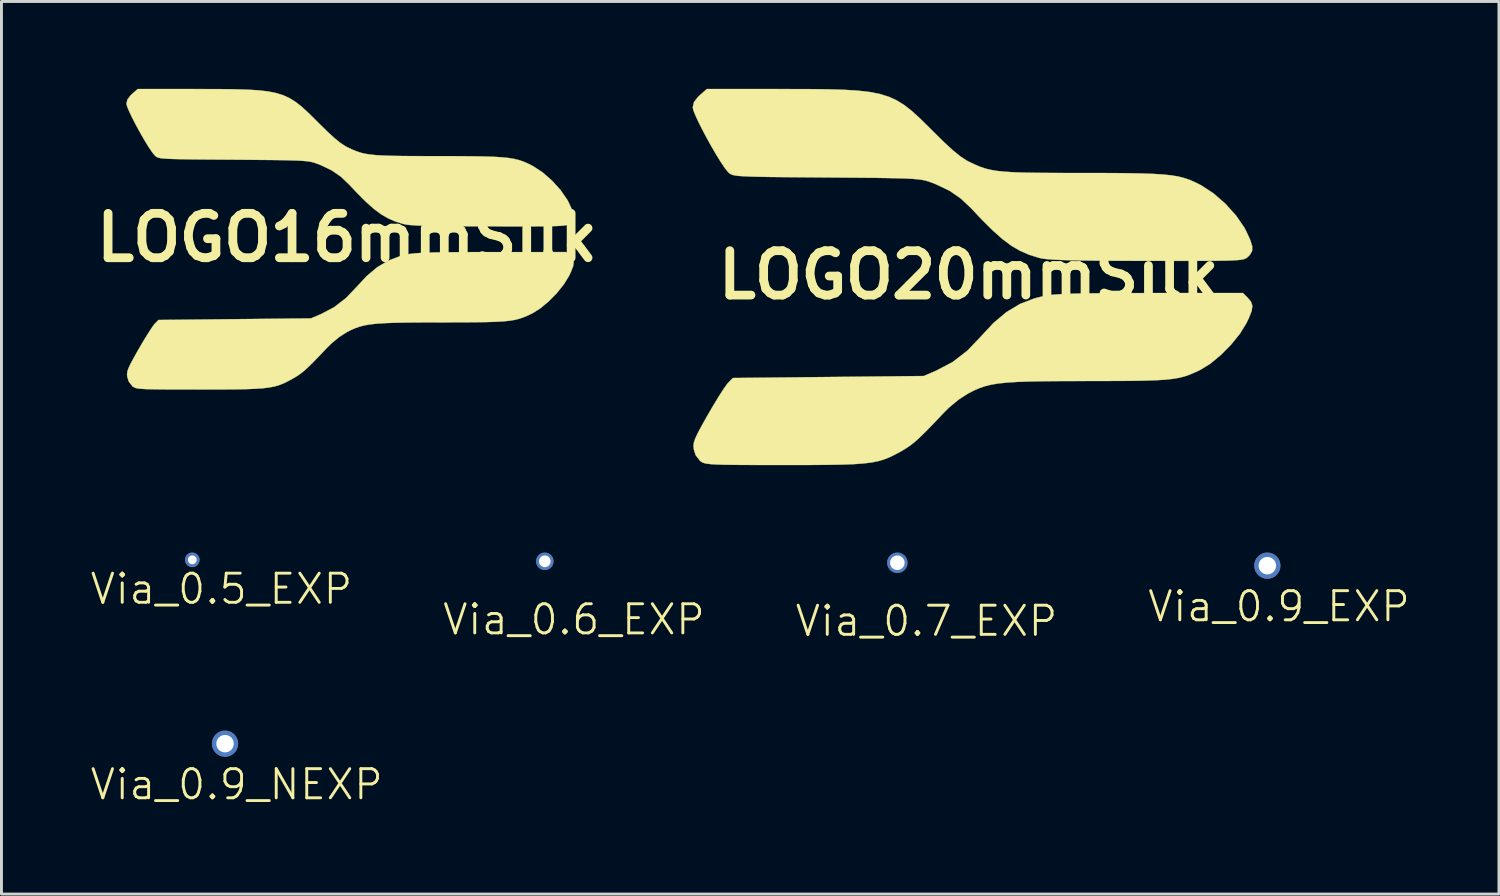
<source format=kicad_pcb>
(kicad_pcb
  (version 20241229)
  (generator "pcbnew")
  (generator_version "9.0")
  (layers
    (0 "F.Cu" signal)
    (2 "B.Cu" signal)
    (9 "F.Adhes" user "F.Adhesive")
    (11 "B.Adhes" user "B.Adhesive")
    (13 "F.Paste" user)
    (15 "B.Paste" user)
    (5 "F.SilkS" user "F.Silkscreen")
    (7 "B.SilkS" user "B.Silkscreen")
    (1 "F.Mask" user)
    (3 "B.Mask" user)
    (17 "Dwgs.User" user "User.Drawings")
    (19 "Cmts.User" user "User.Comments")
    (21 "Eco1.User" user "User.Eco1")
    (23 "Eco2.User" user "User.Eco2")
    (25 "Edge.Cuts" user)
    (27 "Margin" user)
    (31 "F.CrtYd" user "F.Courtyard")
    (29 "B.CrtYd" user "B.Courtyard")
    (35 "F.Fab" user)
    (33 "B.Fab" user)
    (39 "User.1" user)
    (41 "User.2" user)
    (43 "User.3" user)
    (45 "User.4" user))
  (footprint "Via_0.6_EXP"
    (layer "F.Cu")
    (at 15.65 16.216)
    (property "Reference" "Via_0.6_EXP" (at 1 2 0) (layer "F.SilkS") (effects (font (size 1 1) (thickness 0.1))))
    (attr through_hole)
    (pad "" thru_hole circle (at 0 0) (size 0.6 0.6) (drill 0.4) (layers "*.Cu" "*.Mask")))
  (footprint "Via_0.5_EXP"
    (layer "F.Cu")
    (at 3.55 16.166)
    (property "Reference" "Via_0.5_EXP" (at 1 1 0) (layer "F.SilkS") (effects (font (size 1 1) (thickness 0.1))))
    (attr through_hole)
    (pad "" thru_hole circle (at 0 0) (size 0.5 0.5) (drill 0.3) (layers "*.Cu" "*.Mask")))
  (footprint "LOGO20mmSilk"
    (layer "F.Cu")
    (at 30.201 6.389)
    (property "Reference" "LOGO20mmSilk" (at 0 0 0) (layer "F.SilkS") (effects (font (size 1.524 1.524) (thickness 0.3))))
    (attr through_hole)
    (fp_poly (pts (xy 9.58 0.786) (xy 9.69 0.921) (xy 9.735 1.058) (xy 9.712 1.229) (xy 9.619 1.467) (xy 9.53 1.654) (xy 9.309 2.013) (xy 9.007 2.387) (xy 8.656 2.742) (xy 8.294 3.043) (xy 7.954 3.253) (xy 7.761 3.344) (xy 7.583 3.42) (xy 7.406 3.481) (xy 7.213 3.53) (xy 6.99 3.567) (xy 6.723 3.595) (xy 6.395 3.614) (xy 5.992 3.627) (xy 5.498 3.634) (xy 4.899 3.637) (xy 4.18 3.639) (xy 4.085 3.639) (xy 3.314 3.64) (xy 2.667 3.645) (xy 2.127 3.654) (xy 1.682 3.669) (xy 1.316 3.692) (xy 1.014 3.723) (xy 0.763 3.765) (xy 0.548 3.819) (xy 0.354 3.887) (xy 0.167 3.97) (xy -0.019 4.064) (xy -0.346 4.275) (xy -0.686 4.558) (xy -0.858 4.729) (xy -1.206 5.097) (xy -1.481 5.379) (xy -1.701 5.593) (xy -1.883 5.755) (xy -2.048 5.88) (xy -2.212 5.987) (xy -2.342 6.062) (xy -2.543 6.17) (xy -2.728 6.26) (xy -2.914 6.333) (xy -3.115 6.391) (xy -3.346 6.436) (xy -3.622 6.469) (xy -3.958 6.493) (xy -4.369 6.508) (xy -4.87 6.516) (xy -5.477 6.521) (xy -6.203 6.522) (xy -6.333 6.522) (xy -7.016 6.521) (xy -7.574 6.52) (xy -8.022 6.517) (xy -8.373 6.512) (xy -8.64 6.505) (xy -8.838 6.493) (xy -8.979 6.478) (xy -9.076 6.458) (xy -9.145 6.432) (xy -9.196 6.4) (xy -9.218 6.384) (xy -9.373 6.185) (xy -9.437 5.985) (xy -9.448 5.874) (xy -9.437 5.761) (xy -9.392 5.622) (xy -9.306 5.436) (xy -9.169 5.179) (xy -8.972 4.827) (xy -8.956 4.801) (xy -8.761 4.466) (xy -8.576 4.162) (xy -8.416 3.914) (xy -8.299 3.748) (xy -8.265 3.707) (xy -8.098 3.535) (xy -4.821 3.501) (xy -1.545 3.467) (xy -1.112 3.281) (xy -0.552 2.986) (xy -0.048 2.598) (xy 0.386 2.144) (xy 0.846 1.649) (xy 1.295 1.272) (xy 1.76 0.994) (xy 2.264 0.8) (xy 2.576 0.722) (xy 2.72 0.697) (xy 2.904 0.676) (xy 3.14 0.659) (xy 3.44 0.645) (xy 3.816 0.635) (xy 4.281 0.628) (xy 4.848 0.623) (xy 5.529 0.62) (xy 6.233 0.619) (xy 9.411 0.618) (xy 9.58 0.786)) (stroke (width 0.01) (type solid)) (fill yes) (layer "F.SilkS"))
    (fp_poly (pts (xy -6.399 -6.383) (xy -5.585 -6.382) (xy -4.892 -6.375) (xy -4.307 -6.359) (xy -3.815 -6.329) (xy -3.399 -6.281) (xy -3.046 -6.212) (xy -2.74 -6.116) (xy -2.466 -5.99) (xy -2.209 -5.83) (xy -1.955 -5.631) (xy -1.688 -5.388) (xy -1.393 -5.099) (xy -1.236 -4.941) (xy -0.853 -4.563) (xy -0.542 -4.278) (xy -0.287 -4.071) (xy -0.072 -3.929) (xy 0.009 -3.887) (xy 0.201 -3.796) (xy 0.377 -3.72) (xy 0.554 -3.659) (xy 0.745 -3.611) (xy 0.966 -3.573) (xy 1.232 -3.546) (xy 1.557 -3.526) (xy 1.957 -3.513) (xy 2.446 -3.506) (xy 3.04 -3.502) (xy 3.753 -3.501) (xy 3.913 -3.501) (xy 4.676 -3.5) (xy 5.316 -3.496) (xy 5.847 -3.487) (xy 6.286 -3.473) (xy 6.645 -3.452) (xy 6.94 -3.422) (xy 7.186 -3.382) (xy 7.396 -3.329) (xy 7.586 -3.264) (xy 7.77 -3.183) (xy 7.962 -3.086) (xy 7.991 -3.07) (xy 8.403 -2.801) (xy 8.811 -2.444) (xy 9.176 -2.039) (xy 9.461 -1.624) (xy 9.525 -1.502) (xy 9.663 -1.201) (xy 9.729 -0.987) (xy 9.727 -0.831) (xy 9.659 -0.703) (xy 9.589 -0.63) (xy 9.551 -0.596) (xy 9.507 -0.567) (xy 9.446 -0.544) (xy 9.355 -0.525) (xy 9.224 -0.511) (xy 9.038 -0.5) (xy 8.788 -0.492) (xy 8.461 -0.488) (xy 8.045 -0.485) (xy 7.527 -0.484) (xy 6.897 -0.484) (xy 6.142 -0.485) (xy 6.105 -0.485) (xy 5.297 -0.487) (xy 4.615 -0.49) (xy 4.048 -0.496) (xy 3.584 -0.503) (xy 3.212 -0.514) (xy 2.922 -0.527) (xy 2.701 -0.543) (xy 2.539 -0.562) (xy 2.424 -0.586) (xy 2.422 -0.586) (xy 2.078 -0.693) (xy 1.765 -0.828) (xy 1.464 -1.004) (xy 1.154 -1.235) (xy 0.815 -1.537) (xy 0.428 -1.923) (xy 0.091 -2.282) (xy -0.268 -2.622) (xy -0.655 -2.889) (xy -1.12 -3.112) (xy -1.275 -3.173) (xy -1.374 -3.208) (xy -1.473 -3.238) (xy -1.584 -3.262) (xy -1.721 -3.282) (xy -1.898 -3.298) (xy -2.127 -3.311) (xy -2.421 -3.32) (xy -2.793 -3.328) (xy -3.258 -3.335) (xy -3.827 -3.34) (xy -4.514 -3.345) (xy -4.885 -3.348) (xy -5.631 -3.354) (xy -6.252 -3.359) (xy -6.759 -3.364) (xy -7.166 -3.371) (xy -7.485 -3.379) (xy -7.727 -3.389) (xy -7.905 -3.402) (xy -8.031 -3.418) (xy -8.117 -3.438) (xy -8.175 -3.464) (xy -8.219 -3.494) (xy -8.25 -3.522) (xy -8.363 -3.658) (xy -8.515 -3.884) (xy -8.692 -4.172) (xy -8.88 -4.497) (xy -9.063 -4.833) (xy -9.229 -5.154) (xy -9.362 -5.433) (xy -9.448 -5.644) (xy -9.474 -5.752) (xy -9.431 -5.936) (xy -9.289 -6.118) (xy -9.231 -6.171) (xy -8.988 -6.384) (xy -6.399 -6.383)) (stroke (width 0.01) (type solid)) (fill yes) (layer "F.SilkS")))
  (footprint "LOGO16mmSilk"
    (layer "F.Cu")
    (at 8.861 5.107)
    (property "Reference" "LOGO16mmSilk" (at 0 0 0) (layer "F.SilkS") (effects (font (size 1.524 1.524) (thickness 0.3))))
    (attr through_hole)
    (fp_poly (pts (xy 7.655 0.628) (xy 7.744 0.736) (xy 7.78 0.845) (xy 7.761 0.982) (xy 7.687 1.172) (xy 7.616 1.322) (xy 7.439 1.608) (xy 7.197 1.908) (xy 6.918 2.191) (xy 6.628 2.432) (xy 6.357 2.6) (xy 6.202 2.673) (xy 6.06 2.733) (xy 5.918 2.782) (xy 5.764 2.821) (xy 5.586 2.851) (xy 5.372 2.873) (xy 5.11 2.888) (xy 4.788 2.898) (xy 4.394 2.904) (xy 3.915 2.907) (xy 3.341 2.908) (xy 3.264 2.908) (xy 2.648 2.909) (xy 2.131 2.913) (xy 1.7 2.92) (xy 1.344 2.932) (xy 1.051 2.95) (xy 0.811 2.975) (xy 0.61 3.009) (xy 0.438 3.052) (xy 0.283 3.106) (xy 0.134 3.172) (xy -0.015 3.248) (xy -0.277 3.417) (xy -0.548 3.643) (xy -0.686 3.779) (xy -0.964 4.073) (xy -1.184 4.299) (xy -1.359 4.47) (xy -1.505 4.599) (xy -1.637 4.699) (xy -1.768 4.785) (xy -1.872 4.844) (xy -2.032 4.931) (xy -2.18 5.003) (xy -2.328 5.061) (xy -2.489 5.108) (xy -2.674 5.143) (xy -2.894 5.17) (xy -3.163 5.188) (xy -3.492 5.201) (xy -3.892 5.208) (xy -4.377 5.211) (xy -4.957 5.212) (xy -5.061 5.212) (xy -5.606 5.211) (xy -6.053 5.211) (xy -6.411 5.208) (xy -6.691 5.204) (xy -6.905 5.198) (xy -7.063 5.189) (xy -7.175 5.177) (xy -7.253 5.161) (xy -7.308 5.14) (xy -7.349 5.115) (xy -7.366 5.102) (xy -7.49 4.942) (xy -7.542 4.783) (xy -7.551 4.694) (xy -7.541 4.604) (xy -7.506 4.493) (xy -7.437 4.344) (xy -7.327 4.138) (xy -7.17 3.858) (xy -7.157 3.837) (xy -7.002 3.569) (xy -6.853 3.326) (xy -6.726 3.128) (xy -6.632 2.995) (xy -6.605 2.962) (xy -6.471 2.825) (xy -3.853 2.798) (xy -1.234 2.77) (xy -0.889 2.622) (xy -0.441 2.386) (xy -0.039 2.076) (xy 0.308 1.713) (xy 0.676 1.318) (xy 1.035 1.016) (xy 1.406 0.794) (xy 1.809 0.639) (xy 2.058 0.577) (xy 2.174 0.557) (xy 2.321 0.54) (xy 2.509 0.526) (xy 2.749 0.516) (xy 3.05 0.507) (xy 3.421 0.502) (xy 3.874 0.498) (xy 4.418 0.495) (xy 4.981 0.495) (xy 7.521 0.494) (xy 7.655 0.628)) (stroke (width 0.01) (type solid)) (fill yes) (layer "F.SilkS"))
    (fp_poly (pts (xy -5.114 -5.101) (xy -4.463 -5.1) (xy -3.91 -5.094) (xy -3.442 -5.081) (xy -3.048 -5.058) (xy -2.716 -5.02) (xy -2.434 -4.964) (xy -2.189 -4.888) (xy -1.971 -4.787) (xy -1.766 -4.659) (xy -1.562 -4.5) (xy -1.349 -4.306) (xy -1.113 -4.075) (xy -0.987 -3.948) (xy -0.681 -3.647) (xy -0.433 -3.418) (xy -0.229 -3.253) (xy -0.057 -3.14) (xy 0.007 -3.106) (xy 0.16 -3.033) (xy 0.302 -2.973) (xy 0.443 -2.924) (xy 0.595 -2.885) (xy 0.772 -2.856) (xy 0.984 -2.833) (xy 1.244 -2.818) (xy 1.564 -2.808) (xy 1.955 -2.802) (xy 2.429 -2.799) (xy 2.999 -2.798) (xy 3.127 -2.798) (xy 3.736 -2.797) (xy 4.248 -2.793) (xy 4.673 -2.787) (xy 5.023 -2.776) (xy 5.31 -2.759) (xy 5.546 -2.735) (xy 5.742 -2.702) (xy 5.91 -2.661) (xy 6.062 -2.608) (xy 6.209 -2.544) (xy 6.363 -2.466) (xy 6.386 -2.454) (xy 6.715 -2.239) (xy 7.041 -1.953) (xy 7.333 -1.629) (xy 7.561 -1.297) (xy 7.612 -1.2) (xy 7.722 -0.96) (xy 7.775 -0.789) (xy 7.773 -0.664) (xy 7.719 -0.562) (xy 7.663 -0.503) (xy 7.632 -0.476) (xy 7.597 -0.453) (xy 7.549 -0.435) (xy 7.476 -0.42) (xy 7.371 -0.408) (xy 7.223 -0.4) (xy 7.023 -0.394) (xy 6.761 -0.39) (xy 6.429 -0.387) (xy 6.015 -0.387) (xy 5.512 -0.387) (xy 4.908 -0.388) (xy 4.879 -0.388) (xy 4.233 -0.389) (xy 3.688 -0.392) (xy 3.235 -0.396) (xy 2.864 -0.402) (xy 2.567 -0.41) (xy 2.335 -0.421) (xy 2.159 -0.434) (xy 2.029 -0.449) (xy 1.937 -0.468) (xy 1.935 -0.468) (xy 1.661 -0.554) (xy 1.411 -0.662) (xy 1.17 -0.802) (xy 0.922 -0.987) (xy 0.651 -1.228) (xy 0.342 -1.537) (xy 0.072 -1.823) (xy -0.214 -2.096) (xy -0.524 -2.309) (xy -0.895 -2.487) (xy -1.019 -2.535) (xy -1.098 -2.564) (xy -1.177 -2.588) (xy -1.266 -2.607) (xy -1.376 -2.623) (xy -1.517 -2.636) (xy -1.699 -2.646) (xy -1.934 -2.653) (xy -2.232 -2.66) (xy -2.603 -2.665) (xy -3.058 -2.669) (xy -3.607 -2.674) (xy -3.904 -2.676) (xy -4.5 -2.68) (xy -4.996 -2.684) (xy -5.402 -2.688) (xy -5.727 -2.694) (xy -5.981 -2.7) (xy -6.175 -2.708) (xy -6.317 -2.718) (xy -6.418 -2.731) (xy -6.486 -2.748) (xy -6.533 -2.768) (xy -6.568 -2.792) (xy -6.592 -2.815) (xy -6.683 -2.924) (xy -6.805 -3.104) (xy -6.946 -3.334) (xy -7.096 -3.594) (xy -7.243 -3.862) (xy -7.375 -4.118) (xy -7.481 -4.341) (xy -7.55 -4.51) (xy -7.571 -4.597) (xy -7.537 -4.744) (xy -7.423 -4.889) (xy -7.377 -4.932) (xy -7.183 -5.102) (xy -5.114 -5.101)) (stroke (width 0.01) (type solid)) (fill yes) (layer "F.SilkS")))
  (footprint "Via_0.9_EXP"
    (layer "F.Cu")
    (at 40.45 16.366)
    (property "Reference" "Via_0.9_EXP" (at 0.4 1.4 0) (layer "F.SilkS") (effects (font (size 1 1) (thickness 0.1))))
    (attr through_hole)
    (pad "" thru_hole circle (at 0 0) (size 0.9 0.9) (drill 0.6) (layers "*.Cu" "*.Mask")))
  (footprint "Via_0.7_EXP"
    (layer "F.Cu")
    (at 27.75 16.266)
    (property "Reference" "Via_0.7_EXP" (at 1 2 0) (layer "F.SilkS") (effects (font (size 1 1) (thickness 0.1))))
    (attr through_hole)
    (pad "" thru_hole circle (at 0 0) (size 0.7 0.7) (drill 0.5) (layers "*.Cu" "*.Mask")))
  (footprint "Via_0.9_NEXP"
    (layer "F.Cu")
    (at 4.674 22.476)
    (property "Reference" "Via_0.9_NEXP" (at 0.4 1.4 0) (layer "F.SilkS") (effects (font (size 1 1) (thickness 0.1))))
    (attr through_hole)
    (pad "" thru_hole circle (at 0 0) (size 0.9 0.9) (drill 0.6) (layers "*.Cu")))
  (gr_rect
    (start -3 -3)
    (end 48.4 27.637)
    (stroke (width 0.1) (type default))
    (fill no)
    (layer "Edge.Cuts")))
</source>
